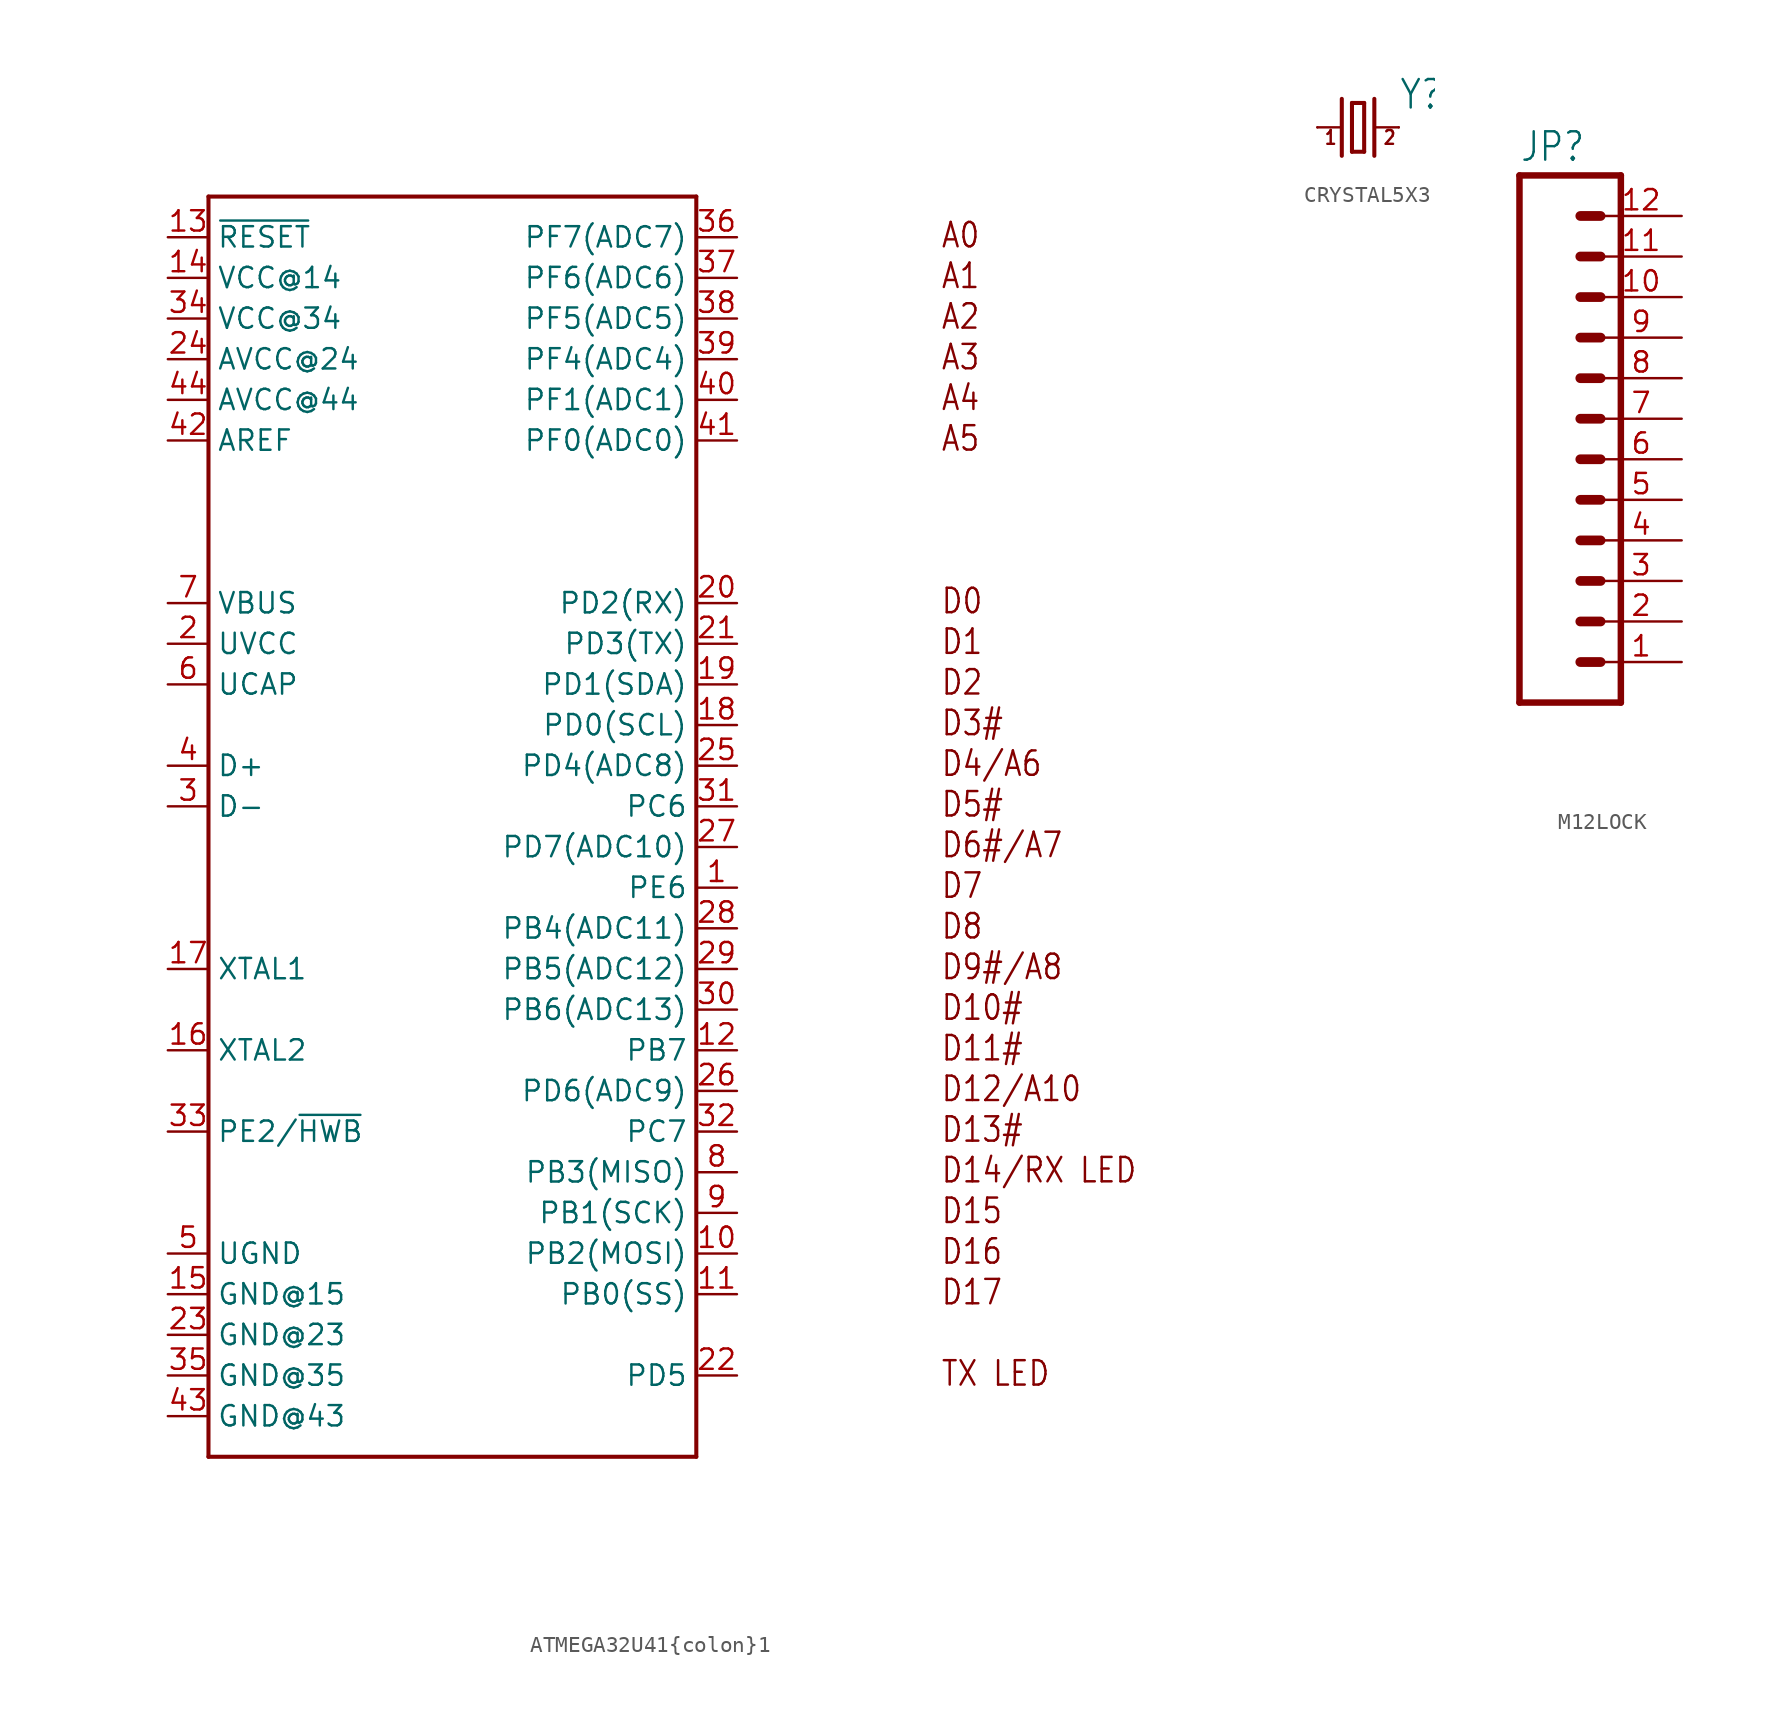
<source format=kicad_sym>
(kicad_symbol_lib
  (version 20220914)
  (generator kicad_symbol_editor)
  (symbol "ATMEGA32U41{colon}1"
    (property "Reference" ""
      (at -15.24 38.1 0)
      (effects (font (size 1.778 1.511)) (justify left bottom) hide))
    (property "Value" ""
      (at -15.24 -43.18 0)
      (effects (font (size 1.778 1.511)) (justify left bottom)))
    (property "ki_locked" ""
      (at 0 0 0)
      (effects (font (size 1.27 1.27))))
    (symbol "ATMEGA32U41{colon}1_1_0"
      (polyline (pts (xy -15.24 -40.64) (xy 15.24 -40.64)) (stroke (width 0.254) (type solid)) (fill (type none)))
      (polyline (pts (xy -15.24 38.1) (xy -15.24 -40.64)) (stroke (width 0.254) (type solid)) (fill (type none)))
      (polyline (pts (xy 15.24 -40.64) (xy 15.24 38.1)) (stroke (width 0.254) (type solid)) (fill (type none)))
      (polyline (pts (xy 15.24 38.1) (xy -15.24 38.1)) (stroke (width 0.254) (type solid)) (fill (type none)))
      (text "A0" (at 30.48 34.798 0) (effects (font (size 1.524 1.295)) (justify left bottom)))
      (text "A1" (at 30.48 32.258 0) (effects (font (size 1.524 1.295)) (justify left bottom)))
      (text "A2" (at 30.48 29.718 0) (effects (font (size 1.524 1.295)) (justify left bottom)))
      (text "A3" (at 30.48 27.178 0) (effects (font (size 1.524 1.295)) (justify left bottom)))
      (text "A4" (at 30.48 24.638 0) (effects (font (size 1.524 1.295)) (justify left bottom)))
      (text "A5" (at 30.48 22.098 0) (effects (font (size 1.524 1.295)) (justify left bottom)))
      (text "D0" (at 30.48 11.938 0) (effects (font (size 1.524 1.295)) (justify left bottom)))
      (text "D1" (at 30.48 9.398 0) (effects (font (size 1.524 1.295)) (justify left bottom)))
      (text "D10#" (at 30.48 -13.462 0) (effects (font (size 1.524 1.295)) (justify left bottom)))
      (text "D11#" (at 30.48 -16.002 0) (effects (font (size 1.524 1.295)) (justify left bottom)))
      (text "D12/A10" (at 30.48 -18.542 0) (effects (font (size 1.524 1.295)) (justify left bottom)))
      (text "D13#" (at 30.48 -21.082 0) (effects (font (size 1.524 1.295)) (justify left bottom)))
      (text "D14/RX LED" (at 30.48 -23.622 0) (effects (font (size 1.524 1.295)) (justify left bottom)))
      (text "D15" (at 30.48 -26.162 0) (effects (font (size 1.524 1.295)) (justify left bottom)))
      (text "D16" (at 30.48 -28.702 0) (effects (font (size 1.524 1.295)) (justify left bottom)))
      (text "D17" (at 30.48 -31.242 0) (effects (font (size 1.524 1.295)) (justify left bottom)))
      (text "D2" (at 30.48 6.858 0) (effects (font (size 1.524 1.295)) (justify left bottom)))
      (text "D3#" (at 30.48 4.318 0) (effects (font (size 1.524 1.295)) (justify left bottom)))
      (text "D4/A6" (at 30.48 1.778 0) (effects (font (size 1.524 1.295)) (justify left bottom)))
      (text "D5#" (at 30.48 -0.762 0) (effects (font (size 1.524 1.295)) (justify left bottom)))
      (text "D6#/A7" (at 30.48 -3.302 0) (effects (font (size 1.524 1.295)) (justify left bottom)))
      (text "D7" (at 30.48 -5.842 0) (effects (font (size 1.524 1.295)) (justify left bottom)))
      (text "D8" (at 30.48 -8.382 0) (effects (font (size 1.524 1.295)) (justify left bottom)))
      (text "D9#/A8" (at 30.48 -10.922 0) (effects (font (size 1.524 1.295)) (justify left bottom)))
      (text "TX LED" (at 30.48 -36.322 0) (effects (font (size 1.524 1.295)) (justify left bottom)))
      (pin bidirectional line (at 17.78 -5.08 180) (length 2.54) (name "PE6" (effects (font (size 1.27 1.27)))) (number "1" (effects (font (size 1.27 1.27)))))
      (pin bidirectional line (at 17.78 -27.94 180) (length 2.54) (name "PB2(MOSI)" (effects (font (size 1.27 1.27)))) (number "10" (effects (font (size 1.27 1.27)))))
      (pin bidirectional line (at 17.78 -30.48 180) (length 2.54) (name "PB0(SS)" (effects (font (size 1.27 1.27)))) (number "11" (effects (font (size 1.27 1.27)))))
      (pin bidirectional line (at 17.78 -15.24 180) (length 2.54) (name "PB7" (effects (font (size 1.27 1.27)))) (number "12" (effects (font (size 1.27 1.27)))))
      (pin bidirectional line (at -17.78 35.56 0) (length 2.54) (name "~{RESET}" (effects (font (size 1.27 1.27)))) (number "13" (effects (font (size 1.27 1.27)))))
      (pin bidirectional line (at -17.78 33.02 0) (length 2.54) (name "VCC@14" (effects (font (size 1.27 1.27)))) (number "14" (effects (font (size 1.27 1.27)))))
      (pin bidirectional line (at -17.78 -30.48 0) (length 2.54) (name "GND@15" (effects (font (size 1.27 1.27)))) (number "15" (effects (font (size 1.27 1.27)))))
      (pin bidirectional line (at -17.78 -15.24 0) (length 2.54) (name "XTAL2" (effects (font (size 1.27 1.27)))) (number "16" (effects (font (size 1.27 1.27)))))
      (pin bidirectional line (at -17.78 -10.16 0) (length 2.54) (name "XTAL1" (effects (font (size 1.27 1.27)))) (number "17" (effects (font (size 1.27 1.27)))))
      (pin bidirectional line (at 17.78 5.08 180) (length 2.54) (name "PD0(SCL)" (effects (font (size 1.27 1.27)))) (number "18" (effects (font (size 1.27 1.27)))))
      (pin bidirectional line (at 17.78 7.62 180) (length 2.54) (name "PD1(SDA)" (effects (font (size 1.27 1.27)))) (number "19" (effects (font (size 1.27 1.27)))))
      (pin bidirectional line (at -17.78 10.16 0) (length 2.54) (name "UVCC" (effects (font (size 1.27 1.27)))) (number "2" (effects (font (size 1.27 1.27)))))
      (pin bidirectional line (at 17.78 12.7 180) (length 2.54) (name "PD2(RX)" (effects (font (size 1.27 1.27)))) (number "20" (effects (font (size 1.27 1.27)))))
      (pin bidirectional line (at 17.78 10.16 180) (length 2.54) (name "PD3(TX)" (effects (font (size 1.27 1.27)))) (number "21" (effects (font (size 1.27 1.27)))))
      (pin bidirectional line (at 17.78 -35.56 180) (length 2.54) (name "PD5" (effects (font (size 1.27 1.27)))) (number "22" (effects (font (size 1.27 1.27)))))
      (pin bidirectional line (at -17.78 -33.02 0) (length 2.54) (name "GND@23" (effects (font (size 1.27 1.27)))) (number "23" (effects (font (size 1.27 1.27)))))
      (pin bidirectional line (at -17.78 27.94 0) (length 2.54) (name "AVCC@24" (effects (font (size 1.27 1.27)))) (number "24" (effects (font (size 1.27 1.27)))))
      (pin bidirectional line (at 17.78 2.54 180) (length 2.54) (name "PD4(ADC8)" (effects (font (size 1.27 1.27)))) (number "25" (effects (font (size 1.27 1.27)))))
      (pin bidirectional line (at 17.78 -17.78 180) (length 2.54) (name "PD6(ADC9)" (effects (font (size 1.27 1.27)))) (number "26" (effects (font (size 1.27 1.27)))))
      (pin bidirectional line (at 17.78 -2.54 180) (length 2.54) (name "PD7(ADC10)" (effects (font (size 1.27 1.27)))) (number "27" (effects (font (size 1.27 1.27)))))
      (pin bidirectional line (at 17.78 -7.62 180) (length 2.54) (name "PB4(ADC11)" (effects (font (size 1.27 1.27)))) (number "28" (effects (font (size 1.27 1.27)))))
      (pin bidirectional line (at 17.78 -10.16 180) (length 2.54) (name "PB5(ADC12)" (effects (font (size 1.27 1.27)))) (number "29" (effects (font (size 1.27 1.27)))))
      (pin bidirectional line (at -17.78 0 0) (length 2.54) (name "D-" (effects (font (size 1.27 1.27)))) (number "3" (effects (font (size 1.27 1.27)))))
      (pin bidirectional line (at 17.78 -12.7 180) (length 2.54) (name "PB6(ADC13)" (effects (font (size 1.27 1.27)))) (number "30" (effects (font (size 1.27 1.27)))))
      (pin bidirectional line (at 17.78 0 180) (length 2.54) (name "PC6" (effects (font (size 1.27 1.27)))) (number "31" (effects (font (size 1.27 1.27)))))
      (pin bidirectional line (at 17.78 -20.32 180) (length 2.54) (name "PC7" (effects (font (size 1.27 1.27)))) (number "32" (effects (font (size 1.27 1.27)))))
      (pin bidirectional line (at -17.78 -20.32 0) (length 2.54) (name "PE2/~{HWB}" (effects (font (size 1.27 1.27)))) (number "33" (effects (font (size 1.27 1.27)))))
      (pin bidirectional line (at -17.78 30.48 0) (length 2.54) (name "VCC@34" (effects (font (size 1.27 1.27)))) (number "34" (effects (font (size 1.27 1.27)))))
      (pin bidirectional line (at -17.78 -35.56 0) (length 2.54) (name "GND@35" (effects (font (size 1.27 1.27)))) (number "35" (effects (font (size 1.27 1.27)))))
      (pin bidirectional line (at 17.78 35.56 180) (length 2.54) (name "PF7(ADC7)" (effects (font (size 1.27 1.27)))) (number "36" (effects (font (size 1.27 1.27)))))
      (pin bidirectional line (at 17.78 33.02 180) (length 2.54) (name "PF6(ADC6)" (effects (font (size 1.27 1.27)))) (number "37" (effects (font (size 1.27 1.27)))))
      (pin bidirectional line (at 17.78 30.48 180) (length 2.54) (name "PF5(ADC5)" (effects (font (size 1.27 1.27)))) (number "38" (effects (font (size 1.27 1.27)))))
      (pin bidirectional line (at 17.78 27.94 180) (length 2.54) (name "PF4(ADC4)" (effects (font (size 1.27 1.27)))) (number "39" (effects (font (size 1.27 1.27)))))
      (pin bidirectional line (at -17.78 2.54 0) (length 2.54) (name "D+" (effects (font (size 1.27 1.27)))) (number "4" (effects (font (size 1.27 1.27)))))
      (pin bidirectional line (at 17.78 25.4 180) (length 2.54) (name "PF1(ADC1)" (effects (font (size 1.27 1.27)))) (number "40" (effects (font (size 1.27 1.27)))))
      (pin bidirectional line (at 17.78 22.86 180) (length 2.54) (name "PF0(ADC0)" (effects (font (size 1.27 1.27)))) (number "41" (effects (font (size 1.27 1.27)))))
      (pin bidirectional line (at -17.78 22.86 0) (length 2.54) (name "AREF" (effects (font (size 1.27 1.27)))) (number "42" (effects (font (size 1.27 1.27)))))
      (pin bidirectional line (at -17.78 -38.1 0) (length 2.54) (name "GND@43" (effects (font (size 1.27 1.27)))) (number "43" (effects (font (size 1.27 1.27)))))
      (pin bidirectional line (at -17.78 25.4 0) (length 2.54) (name "AVCC@44" (effects (font (size 1.27 1.27)))) (number "44" (effects (font (size 1.27 1.27)))))
      (pin bidirectional line (at -17.78 -27.94 0) (length 2.54) (name "UGND" (effects (font (size 1.27 1.27)))) (number "5" (effects (font (size 1.27 1.27)))))
      (pin bidirectional line (at -17.78 7.62 0) (length 2.54) (name "UCAP" (effects (font (size 1.27 1.27)))) (number "6" (effects (font (size 1.27 1.27)))))
      (pin bidirectional line (at -17.78 12.7 0) (length 2.54) (name "VBUS" (effects (font (size 1.27 1.27)))) (number "7" (effects (font (size 1.27 1.27)))))
      (pin bidirectional line (at 17.78 -22.86 180) (length 2.54) (name "PB3(MISO)" (effects (font (size 1.27 1.27)))) (number "8" (effects (font (size 1.27 1.27)))))
      (pin bidirectional line (at 17.78 -25.4 180) (length 2.54) (name "PB1(SCK)" (effects (font (size 1.27 1.27)))) (number "9" (effects (font (size 1.27 1.27)))))))
  (symbol "CRYSTAL5X3"
    (property "Reference" "Y"
      (at 2.54 1.016 0)
      (effects (font (size 1.778 1.511)) (justify left bottom)))
    (property "Value" ""
      (at 2.54 -2.54 0)
      (effects (font (size 1.778 1.511)) (justify left bottom)))
    (property "ki_locked" ""
      (at 0 0 0)
      (effects (font (size 1.27 1.27))))
    (symbol "CRYSTAL5X3_1_0"
      (polyline (pts (xy -2.54 0) (xy -1.016 0)) (stroke (width 0.152) (type solid)) (fill (type none)))
      (polyline (pts (xy -1.016 1.778) (xy -1.016 -1.778)) (stroke (width 0.254) (type solid)) (fill (type none)))
      (polyline (pts (xy -0.381 -1.524) (xy 0.381 -1.524)) (stroke (width 0.254) (type solid)) (fill (type none)))
      (polyline (pts (xy -0.381 1.524) (xy -0.381 -1.524)) (stroke (width 0.254) (type solid)) (fill (type none)))
      (polyline (pts (xy 0.381 -1.524) (xy 0.381 1.524)) (stroke (width 0.254) (type solid)) (fill (type none)))
      (polyline (pts (xy 0.381 1.524) (xy -0.381 1.524)) (stroke (width 0.254) (type solid)) (fill (type none)))
      (polyline (pts (xy 1.016 0) (xy 2.54 0)) (stroke (width 0.152) (type solid)) (fill (type none)))
      (polyline (pts (xy 1.016 1.778) (xy 1.016 -1.778)) (stroke (width 0.254) (type solid)) (fill (type none)))
      (text "1" (at -2.159 -1.143 0) (effects (font (size 0.864 0.734)) (justify left bottom)))
      (text "2" (at 1.524 -1.143 0) (effects (font (size 0.864 0.734)) (justify left bottom)))
      (pin passive line (at -2.54 0 0) (length 0) (name "1" (effects (font (size 0 0)))) (number "1" (effects (font (size 0 0)))))
      (pin passive line (at 2.54 0 180) (length 0) (name "2" (effects (font (size 0 0)))) (number "3" (effects (font (size 0 0)))))))
  (symbol "M12LOCK"
    (property "Reference" "JP"
      (at 0 16.002 0)
      (effects (font (size 1.778 1.511)) (justify left bottom)))
    (property "Value" ""
      (at 0 -20.32 0)
      (effects (font (size 1.778 1.511)) (justify left bottom)))
    (property "ki_locked" ""
      (at 0 0 0)
      (effects (font (size 1.27 1.27))))
    (symbol "M12LOCK_1_0"
      (polyline (pts (xy 0 15.24) (xy 0 -17.78)) (stroke (width 0.406) (type solid)) (fill (type none)))
      (polyline (pts (xy 0 15.24) (xy 6.35 15.24)) (stroke (width 0.406) (type solid)) (fill (type none)))
      (polyline (pts (xy 3.81 -15.24) (xy 5.08 -15.24)) (stroke (width 0.61) (type solid)) (fill (type none)))
      (polyline (pts (xy 3.81 -12.7) (xy 5.08 -12.7)) (stroke (width 0.61) (type solid)) (fill (type none)))
      (polyline (pts (xy 3.81 -10.16) (xy 5.08 -10.16)) (stroke (width 0.61) (type solid)) (fill (type none)))
      (polyline (pts (xy 3.81 -7.62) (xy 5.08 -7.62)) (stroke (width 0.61) (type solid)) (fill (type none)))
      (polyline (pts (xy 3.81 -5.08) (xy 5.08 -5.08)) (stroke (width 0.61) (type solid)) (fill (type none)))
      (polyline (pts (xy 3.81 -2.54) (xy 5.08 -2.54)) (stroke (width 0.61) (type solid)) (fill (type none)))
      (polyline (pts (xy 3.81 0) (xy 5.08 0)) (stroke (width 0.61) (type solid)) (fill (type none)))
      (polyline (pts (xy 3.81 2.54) (xy 5.08 2.54)) (stroke (width 0.61) (type solid)) (fill (type none)))
      (polyline (pts (xy 3.81 5.08) (xy 5.08 5.08)) (stroke (width 0.61) (type solid)) (fill (type none)))
      (polyline (pts (xy 3.81 7.62) (xy 5.08 7.62)) (stroke (width 0.61) (type solid)) (fill (type none)))
      (polyline (pts (xy 3.81 10.16) (xy 5.08 10.16)) (stroke (width 0.61) (type solid)) (fill (type none)))
      (polyline (pts (xy 3.81 12.7) (xy 5.08 12.7)) (stroke (width 0.61) (type solid)) (fill (type none)))
      (polyline (pts (xy 6.35 -17.78) (xy 0 -17.78)) (stroke (width 0.406) (type solid)) (fill (type none)))
      (polyline (pts (xy 6.35 -17.78) (xy 6.35 15.24)) (stroke (width 0.406) (type solid)) (fill (type none)))
      (pin passive line (at 10.16 -15.24 180) (length 5.08) (name "1" (effects (font (size 0 0)))) (number "1" (effects (font (size 1.27 1.27)))))
      (pin passive line (at 10.16 7.62 180) (length 5.08) (name "10" (effects (font (size 0 0)))) (number "10" (effects (font (size 1.27 1.27)))))
      (pin passive line (at 10.16 10.16 180) (length 5.08) (name "11" (effects (font (size 0 0)))) (number "11" (effects (font (size 1.27 1.27)))))
      (pin passive line (at 10.16 12.7 180) (length 5.08) (name "12" (effects (font (size 0 0)))) (number "12" (effects (font (size 1.27 1.27)))))
      (pin passive line (at 10.16 -12.7 180) (length 5.08) (name "2" (effects (font (size 0 0)))) (number "2" (effects (font (size 1.27 1.27)))))
      (pin passive line (at 10.16 -10.16 180) (length 5.08) (name "3" (effects (font (size 0 0)))) (number "3" (effects (font (size 1.27 1.27)))))
      (pin passive line (at 10.16 -7.62 180) (length 5.08) (name "4" (effects (font (size 0 0)))) (number "4" (effects (font (size 1.27 1.27)))))
      (pin passive line (at 10.16 -5.08 180) (length 5.08) (name "5" (effects (font (size 0 0)))) (number "5" (effects (font (size 1.27 1.27)))))
      (pin passive line (at 10.16 -2.54 180) (length 5.08) (name "6" (effects (font (size 0 0)))) (number "6" (effects (font (size 1.27 1.27)))))
      (pin passive line (at 10.16 0 180) (length 5.08) (name "7" (effects (font (size 0 0)))) (number "7" (effects (font (size 1.27 1.27)))))
      (pin passive line (at 10.16 2.54 180) (length 5.08) (name "8" (effects (font (size 0 0)))) (number "8" (effects (font (size 1.27 1.27)))))
      (pin passive line (at 10.16 5.08 180) (length 5.08) (name "9" (effects (font (size 0 0)))) (number "9" (effects (font (size 1.27 1.27))))))))
</source>
